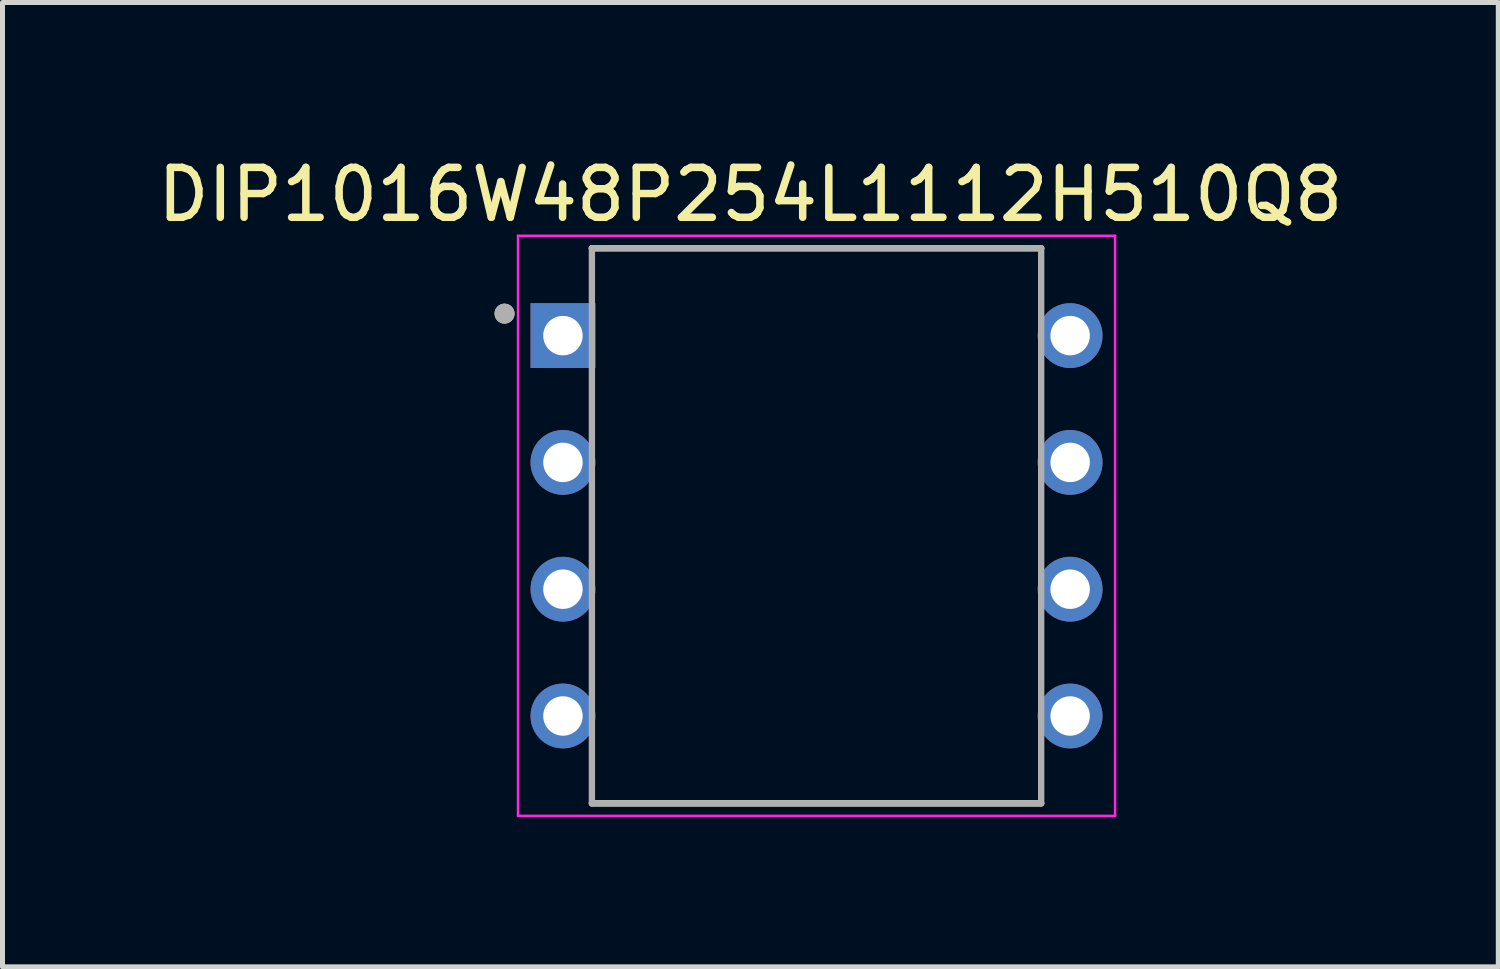
<source format=kicad_pcb>
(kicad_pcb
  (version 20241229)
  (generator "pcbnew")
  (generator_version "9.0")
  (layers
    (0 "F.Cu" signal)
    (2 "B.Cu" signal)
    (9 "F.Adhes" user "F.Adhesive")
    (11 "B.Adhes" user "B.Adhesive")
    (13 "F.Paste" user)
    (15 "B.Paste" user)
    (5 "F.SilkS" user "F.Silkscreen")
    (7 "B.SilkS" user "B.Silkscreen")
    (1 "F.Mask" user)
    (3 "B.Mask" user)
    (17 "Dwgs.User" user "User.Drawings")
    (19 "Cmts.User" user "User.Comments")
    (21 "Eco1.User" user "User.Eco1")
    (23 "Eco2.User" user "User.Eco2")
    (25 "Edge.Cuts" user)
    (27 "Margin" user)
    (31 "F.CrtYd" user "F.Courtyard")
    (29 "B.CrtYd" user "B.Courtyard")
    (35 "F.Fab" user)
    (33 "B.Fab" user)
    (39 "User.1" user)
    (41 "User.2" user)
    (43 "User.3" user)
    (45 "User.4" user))
  (footprint "DIP1016W48P254L1112H510Q8"
    (layer "F.Cu")
    (at 13.307 7.483)
    (property "Reference" "DIP1016W48P254L1112H510Q8" (at -1.325 -6.635 0) (layer "F.SilkS") (effects (font (size 1 1) (thickness 0.15))))
    (attr through_hole)
    (fp_line (start -4.5 -5.56) (end 4.5 -5.56) (stroke (width 0.127) (type solid)) (layer "F.SilkS"))
    (fp_line (start 4.5 5.56) (end -4.5 5.56) (stroke (width 0.127) (type solid)) (layer "F.SilkS"))
    (fp_circle (center -6.25 -4.25) (end -6.15 -4.25) (stroke (width 0.2) (type solid)) (fill no) (layer "F.SilkS"))
    (fp_line (start -5.98 -5.81) (end 5.98 -5.81) (stroke (width 0.05) (type solid)) (layer "F.CrtYd"))
    (fp_line (start -5.98 5.81) (end -5.98 -5.81) (stroke (width 0.05) (type solid)) (layer "F.CrtYd"))
    (fp_line (start 5.98 -5.81) (end 5.98 5.81) (stroke (width 0.05) (type solid)) (layer "F.CrtYd"))
    (fp_line (start 5.98 5.81) (end -5.98 5.81) (stroke (width 0.05) (type solid)) (layer "F.CrtYd"))
    (fp_line (start -4.5 -5.56) (end 4.5 -5.56) (stroke (width 0.127) (type solid)) (layer "F.Fab"))
    (fp_line (start -4.5 5.56) (end -4.5 -5.56) (stroke (width 0.127) (type solid)) (layer "F.Fab"))
    (fp_line (start 4.5 -5.56) (end 4.5 5.56) (stroke (width 0.127) (type solid)) (layer "F.Fab"))
    (fp_line (start 4.5 5.56) (end -4.5 5.56) (stroke (width 0.127) (type solid)) (layer "F.Fab"))
    (fp_circle (center -6.25 -4.25) (end -6.15 -4.25) (stroke (width 0.2) (type solid)) (fill no) (layer "F.Fab"))
    (pad "1" thru_hole rect (at -5.08 -3.81) (size 1.298 1.298) (drill 0.79) (layers "*.Cu" "*.Mask"))
    (pad "2" thru_hole circle (at -5.08 -1.27) (size 1.298 1.298) (drill 0.79) (layers "*.Cu" "*.Mask"))
    (pad "3" thru_hole circle (at -5.08 1.27) (size 1.298 1.298) (drill 0.79) (layers "*.Cu" "*.Mask"))
    (pad "4" thru_hole circle (at -5.08 3.81) (size 1.298 1.298) (drill 0.79) (layers "*.Cu" "*.Mask"))
    (pad "5" thru_hole circle (at 5.08 3.81) (size 1.298 1.298) (drill 0.79) (layers "*.Cu" "*.Mask"))
    (pad "6" thru_hole circle (at 5.08 1.27) (size 1.298 1.298) (drill 0.79) (layers "*.Cu" "*.Mask"))
    (pad "7" thru_hole circle (at 5.08 -1.27) (size 1.298 1.298) (drill 0.79) (layers "*.Cu" "*.Mask"))
    (pad "8" thru_hole circle (at 5.08 -3.81) (size 1.298 1.298) (drill 0.79) (layers "*.Cu" "*.Mask")))
  (gr_rect
    (start -3 -3)
    (end 26.964 16.318)
    (stroke (width 0.1) (type default))
    (fill no)
    (layer "Edge.Cuts")))
</source>
